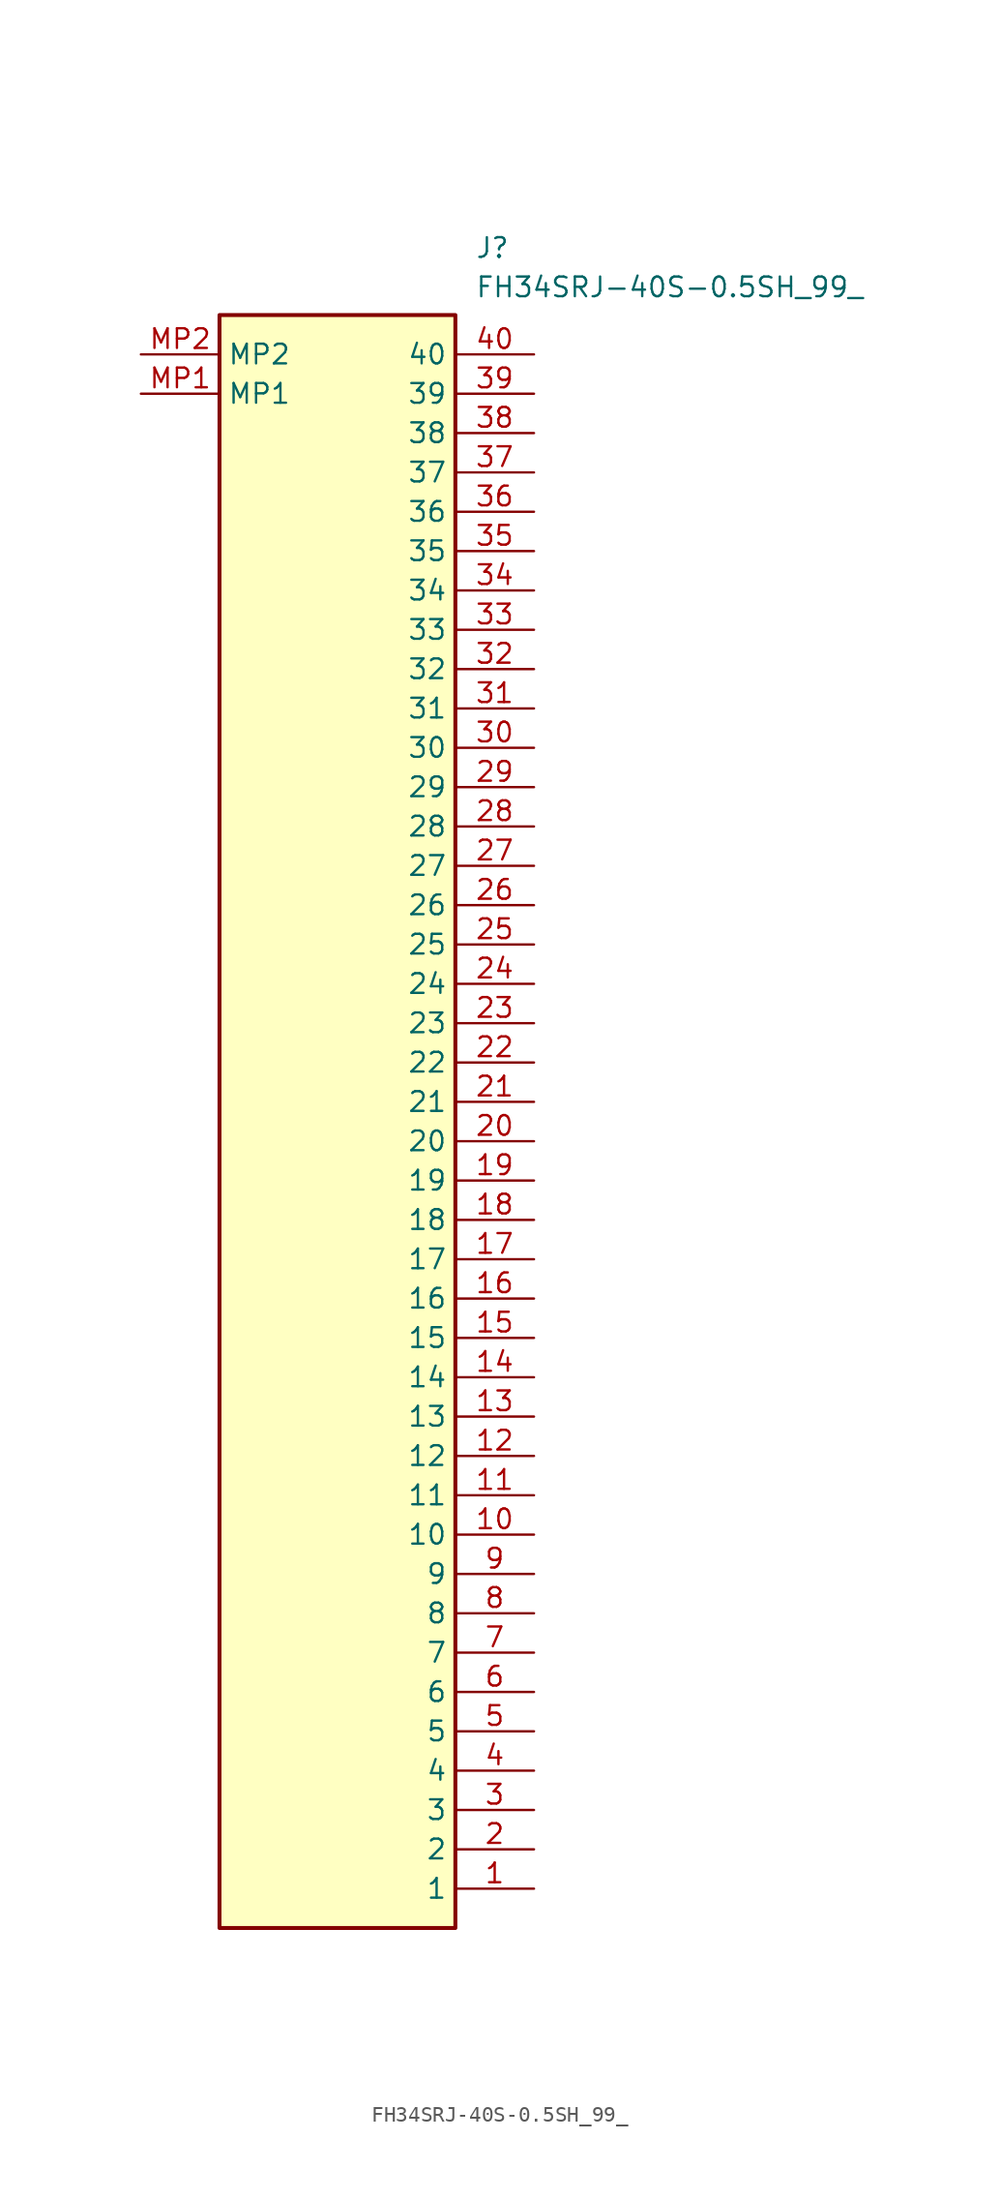
<source format=kicad_sym>
(kicad_symbol_lib
  (version 20211014)
  (generator SamacSys_ECAD_Model)
  (symbol "FH34SRJ-40S-0.5SH_99_"
    (property "Reference" "J"
      (at 21.59 7.62 0)
      (effects (font (size 1.27 1.27)) (justify left top)))
    (property "Value" "FH34SRJ-40S-0.5SH_99_"
      (at 21.59 5.08 0)
      (effects (font (size 1.27 1.27)) (justify left top)))
    (rectangle
      (start 5.08 2.54)
      (end 20.32 -101.6)
      (stroke (width 0.254) (type default))
      (fill (type background)))
    (pin passive line
      (at 25.4 -99.06 180)
      (length 5.08)
      (name "1" (effects (font (size 1.27 1.27))))
      (number "1" (effects (font (size 1.27 1.27)))))
    (pin passive line
      (at 25.4 -96.52 180)
      (length 5.08)
      (name "2" (effects (font (size 1.27 1.27))))
      (number "2" (effects (font (size 1.27 1.27)))))
    (pin passive line
      (at 25.4 -93.98 180)
      (length 5.08)
      (name "3" (effects (font (size 1.27 1.27))))
      (number "3" (effects (font (size 1.27 1.27)))))
    (pin passive line
      (at 25.4 -91.44 180)
      (length 5.08)
      (name "4" (effects (font (size 1.27 1.27))))
      (number "4" (effects (font (size 1.27 1.27)))))
    (pin passive line
      (at 25.4 -88.9 180)
      (length 5.08)
      (name "5" (effects (font (size 1.27 1.27))))
      (number "5" (effects (font (size 1.27 1.27)))))
    (pin passive line
      (at 25.4 -86.36 180)
      (length 5.08)
      (name "6" (effects (font (size 1.27 1.27))))
      (number "6" (effects (font (size 1.27 1.27)))))
    (pin passive line
      (at 25.4 -83.82 180)
      (length 5.08)
      (name "7" (effects (font (size 1.27 1.27))))
      (number "7" (effects (font (size 1.27 1.27)))))
    (pin passive line
      (at 25.4 -81.28 180)
      (length 5.08)
      (name "8" (effects (font (size 1.27 1.27))))
      (number "8" (effects (font (size 1.27 1.27)))))
    (pin passive line
      (at 25.4 -78.74 180)
      (length 5.08)
      (name "9" (effects (font (size 1.27 1.27))))
      (number "9" (effects (font (size 1.27 1.27)))))
    (pin passive line
      (at 25.4 -76.2 180)
      (length 5.08)
      (name "10" (effects (font (size 1.27 1.27))))
      (number "10" (effects (font (size 1.27 1.27)))))
    (pin passive line
      (at 25.4 -73.66 180)
      (length 5.08)
      (name "11" (effects (font (size 1.27 1.27))))
      (number "11" (effects (font (size 1.27 1.27)))))
    (pin passive line
      (at 25.4 -71.12 180)
      (length 5.08)
      (name "12" (effects (font (size 1.27 1.27))))
      (number "12" (effects (font (size 1.27 1.27)))))
    (pin passive line
      (at 25.4 -68.58 180)
      (length 5.08)
      (name "13" (effects (font (size 1.27 1.27))))
      (number "13" (effects (font (size 1.27 1.27)))))
    (pin passive line
      (at 25.4 -66.04 180)
      (length 5.08)
      (name "14" (effects (font (size 1.27 1.27))))
      (number "14" (effects (font (size 1.27 1.27)))))
    (pin passive line
      (at 25.4 -63.5 180)
      (length 5.08)
      (name "15" (effects (font (size 1.27 1.27))))
      (number "15" (effects (font (size 1.27 1.27)))))
    (pin passive line
      (at 25.4 -60.96 180)
      (length 5.08)
      (name "16" (effects (font (size 1.27 1.27))))
      (number "16" (effects (font (size 1.27 1.27)))))
    (pin passive line
      (at 25.4 -58.42 180)
      (length 5.08)
      (name "17" (effects (font (size 1.27 1.27))))
      (number "17" (effects (font (size 1.27 1.27)))))
    (pin passive line
      (at 25.4 -55.88 180)
      (length 5.08)
      (name "18" (effects (font (size 1.27 1.27))))
      (number "18" (effects (font (size 1.27 1.27)))))
    (pin passive line
      (at 25.4 -53.34 180)
      (length 5.08)
      (name "19" (effects (font (size 1.27 1.27))))
      (number "19" (effects (font (size 1.27 1.27)))))
    (pin passive line
      (at 25.4 -50.8 180)
      (length 5.08)
      (name "20" (effects (font (size 1.27 1.27))))
      (number "20" (effects (font (size 1.27 1.27)))))
    (pin passive line
      (at 25.4 -48.26 180)
      (length 5.08)
      (name "21" (effects (font (size 1.27 1.27))))
      (number "21" (effects (font (size 1.27 1.27)))))
    (pin passive line
      (at 25.4 -45.72 180)
      (length 5.08)
      (name "22" (effects (font (size 1.27 1.27))))
      (number "22" (effects (font (size 1.27 1.27)))))
    (pin passive line
      (at 25.4 -43.18 180)
      (length 5.08)
      (name "23" (effects (font (size 1.27 1.27))))
      (number "23" (effects (font (size 1.27 1.27)))))
    (pin passive line
      (at 25.4 -40.64 180)
      (length 5.08)
      (name "24" (effects (font (size 1.27 1.27))))
      (number "24" (effects (font (size 1.27 1.27)))))
    (pin passive line
      (at 25.4 -38.1 180)
      (length 5.08)
      (name "25" (effects (font (size 1.27 1.27))))
      (number "25" (effects (font (size 1.27 1.27)))))
    (pin passive line
      (at 25.4 -35.56 180)
      (length 5.08)
      (name "26" (effects (font (size 1.27 1.27))))
      (number "26" (effects (font (size 1.27 1.27)))))
    (pin passive line
      (at 25.4 -33.02 180)
      (length 5.08)
      (name "27" (effects (font (size 1.27 1.27))))
      (number "27" (effects (font (size 1.27 1.27)))))
    (pin passive line
      (at 25.4 -30.48 180)
      (length 5.08)
      (name "28" (effects (font (size 1.27 1.27))))
      (number "28" (effects (font (size 1.27 1.27)))))
    (pin passive line
      (at 25.4 -27.94 180)
      (length 5.08)
      (name "29" (effects (font (size 1.27 1.27))))
      (number "29" (effects (font (size 1.27 1.27)))))
    (pin passive line
      (at 25.4 -25.4 180)
      (length 5.08)
      (name "30" (effects (font (size 1.27 1.27))))
      (number "30" (effects (font (size 1.27 1.27)))))
    (pin passive line
      (at 25.4 -22.86 180)
      (length 5.08)
      (name "31" (effects (font (size 1.27 1.27))))
      (number "31" (effects (font (size 1.27 1.27)))))
    (pin passive line
      (at 25.4 -20.32 180)
      (length 5.08)
      (name "32" (effects (font (size 1.27 1.27))))
      (number "32" (effects (font (size 1.27 1.27)))))
    (pin passive line
      (at 25.4 -17.78 180)
      (length 5.08)
      (name "33" (effects (font (size 1.27 1.27))))
      (number "33" (effects (font (size 1.27 1.27)))))
    (pin passive line
      (at 25.4 -15.24 180)
      (length 5.08)
      (name "34" (effects (font (size 1.27 1.27))))
      (number "34" (effects (font (size 1.27 1.27)))))
    (pin passive line
      (at 25.4 -12.7 180)
      (length 5.08)
      (name "35" (effects (font (size 1.27 1.27))))
      (number "35" (effects (font (size 1.27 1.27)))))
    (pin passive line
      (at 25.4 -10.16 180)
      (length 5.08)
      (name "36" (effects (font (size 1.27 1.27))))
      (number "36" (effects (font (size 1.27 1.27)))))
    (pin passive line
      (at 25.4 -7.62 180)
      (length 5.08)
      (name "37" (effects (font (size 1.27 1.27))))
      (number "37" (effects (font (size 1.27 1.27)))))
    (pin passive line
      (at 25.4 -5.08 180)
      (length 5.08)
      (name "38" (effects (font (size 1.27 1.27))))
      (number "38" (effects (font (size 1.27 1.27)))))
    (pin passive line
      (at 25.4 -2.54 180)
      (length 5.08)
      (name "39" (effects (font (size 1.27 1.27))))
      (number "39" (effects (font (size 1.27 1.27)))))
    (pin passive line
      (at 25.4 0 180)
      (length 5.08)
      (name "40" (effects (font (size 1.27 1.27))))
      (number "40" (effects (font (size 1.27 1.27)))))
    (pin passive line
      (at 0 -2.54 0)
      (length 5.08)
      (name "MP1" (effects (font (size 1.27 1.27))))
      (number "MP1" (effects (font (size 1.27 1.27)))))
    (pin passive line
      (at 0 0 0)
      (length 5.08)
      (name "MP2" (effects (font (size 1.27 1.27))))
      (number "MP2" (effects (font (size 1.27 1.27)))))))
</source>
